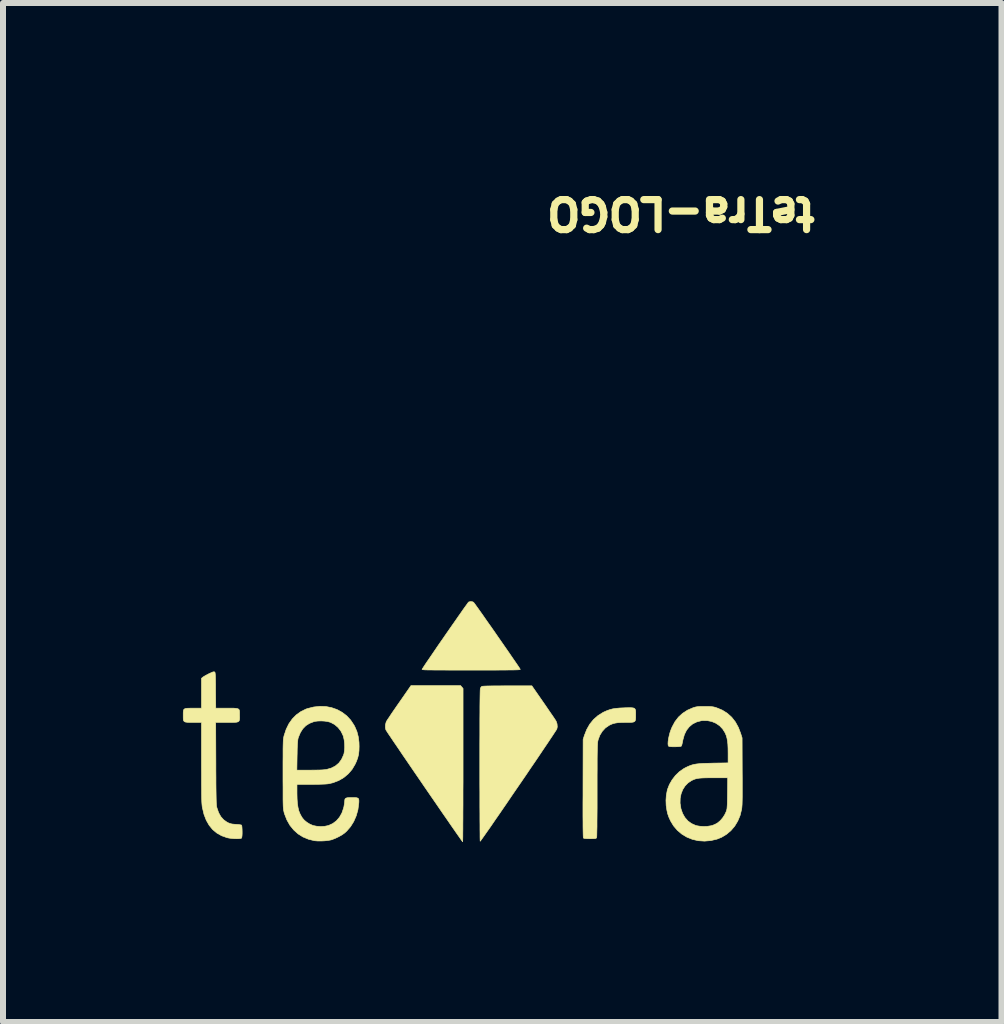
<source format=kicad_pcb>
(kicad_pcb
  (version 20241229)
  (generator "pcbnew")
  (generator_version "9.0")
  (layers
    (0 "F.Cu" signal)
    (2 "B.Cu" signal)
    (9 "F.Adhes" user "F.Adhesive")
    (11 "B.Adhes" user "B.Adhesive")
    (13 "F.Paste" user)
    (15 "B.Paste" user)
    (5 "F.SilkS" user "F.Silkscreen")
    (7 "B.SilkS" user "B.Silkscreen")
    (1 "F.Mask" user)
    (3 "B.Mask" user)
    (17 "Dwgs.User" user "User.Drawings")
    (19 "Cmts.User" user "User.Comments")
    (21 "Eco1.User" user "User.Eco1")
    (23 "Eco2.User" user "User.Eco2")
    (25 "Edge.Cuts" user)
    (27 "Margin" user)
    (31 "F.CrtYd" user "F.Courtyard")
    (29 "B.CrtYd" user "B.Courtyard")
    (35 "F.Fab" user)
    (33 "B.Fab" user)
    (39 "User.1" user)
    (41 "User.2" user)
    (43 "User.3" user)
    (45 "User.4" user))
  (footprint "teTra-LOGO"
    (layer "F.Cu")
    (at 4.802 9.003)
    (property "Reference" "teTra-LOGO" (at 3.5 -8.5 180) (unlocked yes) (layer "F.SilkS") (effects (font (size 0.5 0.5) (thickness 0.12))))
    (attr smd exclude_from_bom)
    (fp_poly (pts (xy -0.153 -0.599) (xy -0.132 -0.575) (xy -0.132 0.703) (xy -0.132 0.848) (xy -0.132 0.989) (xy -0.133 1.125) (xy -0.133 1.253) (xy -0.133 1.375) (xy -0.134 1.488) (xy -0.134 1.592) (xy -0.135 1.685) (xy -0.135 1.768) (xy -0.136 1.838) (xy -0.136 1.895) (xy -0.137 1.939) (xy -0.138 1.967) (xy -0.139 1.98) (xy -0.139 1.981) (xy -0.144 1.974) (xy -0.159 1.954) (xy -0.182 1.921) (xy -0.213 1.877) (xy -0.251 1.823) (xy -0.296 1.758) (xy -0.347 1.685) (xy -0.403 1.603) (xy -0.465 1.514) (xy -0.531 1.418) (xy -0.601 1.316) (xy -0.675 1.209) (xy -0.751 1.098) (xy -0.778 1.059) (xy -0.855 0.946) (xy -0.93 0.837) (xy -1.001 0.733) (xy -1.069 0.633) (xy -1.133 0.54) (xy -1.191 0.454) (xy -1.244 0.376) (xy -1.292 0.306) (xy -1.332 0.246) (xy -1.366 0.196) (xy -1.392 0.157) (xy -1.409 0.13) (xy -1.418 0.116) (xy -1.419 0.114) (xy -1.427 0.077) (xy -1.426 0.033) (xy -1.416 -0.008) (xy -1.411 -0.022) (xy -1.403 -0.036) (xy -1.386 -0.063) (xy -1.361 -0.099) (xy -1.331 -0.145) (xy -1.295 -0.198) (xy -1.255 -0.256) (xy -1.212 -0.318) (xy -1.197 -0.339) (xy -1 -0.623) (xy -0.173 -0.623) (xy -0.153 -0.599)) (stroke (width 0.01) (type solid)) (fill yes) (layer "F.SilkS"))
    (fp_poly (pts (xy 0.022 -2.021) (xy 0.043 -2.012) (xy 0.05 -2.003) (xy 0.066 -1.982) (xy 0.089 -1.95) (xy 0.12 -1.907) (xy 0.156 -1.856) (xy 0.198 -1.797) (xy 0.243 -1.732) (xy 0.292 -1.662) (xy 0.344 -1.589) (xy 0.397 -1.513) (xy 0.45 -1.436) (xy 0.503 -1.36) (xy 0.555 -1.285) (xy 0.605 -1.213) (xy 0.652 -1.145) (xy 0.695 -1.082) (xy 0.733 -1.027) (xy 0.766 -0.979) (xy 0.792 -0.941) (xy 0.81 -0.913) (xy 0.82 -0.897) (xy 0.821 -0.895) (xy 0.821 -0.892) (xy 0.818 -0.89) (xy 0.81 -0.889) (xy 0.798 -0.887) (xy 0.78 -0.886) (xy 0.755 -0.885) (xy 0.722 -0.884) (xy 0.681 -0.883) (xy 0.629 -0.883) (xy 0.567 -0.882) (xy 0.493 -0.882) (xy 0.407 -0.881) (xy 0.307 -0.881) (xy 0.192 -0.881) (xy 0.061 -0.881) (xy 0.003 -0.881) (xy -0.134 -0.881) (xy -0.254 -0.881) (xy -0.36 -0.881) (xy -0.452 -0.882) (xy -0.531 -0.882) (xy -0.598 -0.882) (xy -0.653 -0.883) (xy -0.699 -0.883) (xy -0.735 -0.884) (xy -0.763 -0.885) (xy -0.784 -0.886) (xy -0.799 -0.888) (xy -0.808 -0.889) (xy -0.813 -0.891) (xy -0.815 -0.893) (xy -0.815 -0.895) (xy -0.808 -0.906) (xy -0.793 -0.929) (xy -0.771 -0.963) (xy -0.741 -1.008) (xy -0.705 -1.06) (xy -0.664 -1.12) (xy -0.619 -1.186) (xy -0.571 -1.257) (xy -0.52 -1.331) (xy -0.467 -1.407) (xy -0.414 -1.484) (xy -0.361 -1.56) (xy -0.309 -1.635) (xy -0.259 -1.706) (xy -0.212 -1.774) (xy -0.169 -1.835) (xy -0.131 -1.89) (xy -0.098 -1.936) (xy -0.071 -1.973) (xy -0.052 -2) (xy -0.041 -2.014) (xy -0.039 -2.016) (xy -0.01 -2.024) (xy 0.022 -2.021)) (stroke (width 0.01) (type solid)) (fill yes) (layer "F.SilkS"))
    (fp_poly (pts (xy 1.21 -0.338) (xy 1.253 -0.276) (xy 1.293 -0.217) (xy 1.33 -0.163) (xy 1.362 -0.117) (xy 1.388 -0.078) (xy 1.407 -0.05) (xy 1.417 -0.033) (xy 1.419 -0.031) (xy 1.435 0.015) (xy 1.439 0.066) (xy 1.432 0.098) (xy 1.427 0.109) (xy 1.412 0.132) (xy 1.389 0.167) (xy 1.359 0.213) (xy 1.322 0.268) (xy 1.279 0.333) (xy 1.23 0.405) (xy 1.177 0.484) (xy 1.12 0.569) (xy 1.059 0.659) (xy 0.995 0.752) (xy 0.93 0.849) (xy 0.863 0.947) (xy 0.795 1.046) (xy 0.727 1.145) (xy 0.66 1.243) (xy 0.595 1.339) (xy 0.531 1.432) (xy 0.47 1.521) (xy 0.412 1.604) (xy 0.359 1.682) (xy 0.31 1.753) (xy 0.266 1.815) (xy 0.229 1.868) (xy 0.198 1.912) (xy 0.175 1.944) (xy 0.16 1.965) (xy 0.154 1.972) (xy 0.153 1.972) (xy 0.153 1.964) (xy 0.152 1.939) (xy 0.151 1.9) (xy 0.151 1.846) (xy 0.15 1.78) (xy 0.15 1.701) (xy 0.149 1.61) (xy 0.149 1.509) (xy 0.148 1.399) (xy 0.148 1.28) (xy 0.148 1.154) (xy 0.147 1.02) (xy 0.147 0.881) (xy 0.147 0.738) (xy 0.147 0.712) (xy 0.147 0.523) (xy 0.147 0.351) (xy 0.148 0.195) (xy 0.148 0.055) (xy 0.148 -0.07) (xy 0.149 -0.18) (xy 0.149 -0.276) (xy 0.15 -0.357) (xy 0.151 -0.425) (xy 0.152 -0.48) (xy 0.153 -0.522) (xy 0.154 -0.552) (xy 0.156 -0.57) (xy 0.156 -0.575) (xy 0.167 -0.596) (xy 0.181 -0.61) (xy 0.181 -0.61) (xy 0.193 -0.612) (xy 0.222 -0.614) (xy 0.264 -0.616) (xy 0.321 -0.617) (xy 0.391 -0.618) (xy 0.473 -0.618) (xy 0.565 -0.619) (xy 0.606 -0.619) (xy 1.015 -0.619) (xy 1.21 -0.338)) (stroke (width 0.01) (type solid)) (fill yes) (layer "F.SilkS"))
    (fp_poly (pts (xy 2.67 -0.254) (xy 2.702 -0.251) (xy 2.724 -0.244) (xy 2.737 -0.23) (xy 2.744 -0.21) (xy 2.746 -0.181) (xy 2.746 -0.142) (xy 2.746 -0.132) (xy 2.746 -0.09) (xy 2.744 -0.059) (xy 2.738 -0.037) (xy 2.726 -0.023) (xy 2.705 -0.014) (xy 2.674 -0.01) (xy 2.63 -0.009) (xy 2.579 -0.009) (xy 2.509 -0.008) (xy 2.452 -0.005) (xy 2.406 0.002) (xy 2.366 0.012) (xy 2.329 0.027) (xy 2.303 0.04) (xy 2.242 0.082) (xy 2.19 0.138) (xy 2.149 0.204) (xy 2.121 0.278) (xy 2.115 0.303) (xy 2.113 0.316) (xy 2.111 0.333) (xy 2.11 0.356) (xy 2.108 0.386) (xy 2.107 0.424) (xy 2.106 0.471) (xy 2.105 0.528) (xy 2.104 0.595) (xy 2.104 0.675) (xy 2.104 0.767) (xy 2.103 0.873) (xy 2.103 0.994) (xy 2.103 1.128) (xy 2.103 1.282) (xy 2.103 1.42) (xy 2.102 1.54) (xy 2.101 1.644) (xy 2.101 1.731) (xy 2.099 1.801) (xy 2.098 1.854) (xy 2.097 1.89) (xy 2.095 1.91) (xy 2.094 1.913) (xy 2.089 1.92) (xy 2.08 1.925) (xy 2.064 1.928) (xy 2.039 1.929) (xy 2.001 1.93) (xy 1.985 1.93) (xy 1.938 1.929) (xy 1.906 1.927) (xy 1.886 1.924) (xy 1.876 1.919) (xy 1.875 1.918) (xy 1.873 1.911) (xy 1.872 1.895) (xy 1.871 1.869) (xy 1.87 1.832) (xy 1.869 1.783) (xy 1.868 1.722) (xy 1.868 1.648) (xy 1.867 1.56) (xy 1.867 1.459) (xy 1.867 1.342) (xy 1.868 1.209) (xy 1.868 1.09) (xy 1.87 0.275) (xy 1.89 0.211) (xy 1.929 0.111) (xy 1.98 0.021) (xy 2.043 -0.057) (xy 2.118 -0.123) (xy 2.203 -0.176) (xy 2.217 -0.183) (xy 2.267 -0.205) (xy 2.315 -0.222) (xy 2.364 -0.235) (xy 2.419 -0.243) (xy 2.482 -0.249) (xy 2.558 -0.252) (xy 2.565 -0.253) (xy 2.625 -0.254) (xy 2.67 -0.254)) (stroke (width 0.01) (type solid)) (fill yes) (layer "F.SilkS"))
    (fp_poly (pts (xy -4.276 -0.851) (xy -4.274 -0.85) (xy -4.27 -0.847) (xy -4.267 -0.84) (xy -4.265 -0.829) (xy -4.263 -0.811) (xy -4.261 -0.785) (xy -4.26 -0.749) (xy -4.259 -0.702) (xy -4.258 -0.642) (xy -4.258 -0.567) (xy -4.258 -0.544) (xy -4.255 -0.246) (xy -4.07 -0.246) (xy -4.004 -0.246) (xy -3.954 -0.246) (xy -3.917 -0.243) (xy -3.89 -0.238) (xy -3.873 -0.23) (xy -3.863 -0.216) (xy -3.859 -0.196) (xy -3.858 -0.169) (xy -3.858 -0.134) (xy -3.858 -0.128) (xy -3.857 -0.091) (xy -3.858 -0.063) (xy -3.862 -0.042) (xy -3.871 -0.028) (xy -3.887 -0.018) (xy -3.912 -0.012) (xy -3.947 -0.01) (xy -3.996 -0.009) (xy -4.058 -0.009) (xy -4.07 -0.009) (xy -4.256 -0.009) (xy -4.253 0.675) (xy -4.253 0.799) (xy -4.252 0.909) (xy -4.252 1.003) (xy -4.251 1.084) (xy -4.25 1.153) (xy -4.249 1.211) (xy -4.248 1.259) (xy -4.247 1.298) (xy -4.246 1.33) (xy -4.244 1.355) (xy -4.243 1.374) (xy -4.241 1.39) (xy -4.238 1.403) (xy -4.236 1.413) (xy -4.208 1.494) (xy -4.171 1.561) (xy -4.124 1.614) (xy -4.068 1.654) (xy -4.046 1.665) (xy -4.016 1.677) (xy -3.983 1.685) (xy -3.943 1.689) (xy -3.918 1.691) (xy -3.881 1.693) (xy -3.851 1.697) (xy -3.831 1.701) (xy -3.826 1.703) (xy -3.821 1.715) (xy -3.818 1.74) (xy -3.816 1.773) (xy -3.815 1.811) (xy -3.815 1.848) (xy -3.817 1.882) (xy -3.821 1.907) (xy -3.825 1.92) (xy -3.84 1.925) (xy -3.868 1.929) (xy -3.904 1.93) (xy -3.946 1.929) (xy -3.99 1.925) (xy -4.031 1.92) (xy -4.066 1.913) (xy -4.066 1.913) (xy -4.156 1.881) (xy -4.236 1.836) (xy -4.306 1.778) (xy -4.365 1.706) (xy -4.413 1.622) (xy -4.451 1.524) (xy -4.477 1.414) (xy -4.48 1.402) (xy -4.482 1.385) (xy -4.484 1.365) (xy -4.486 1.341) (xy -4.488 1.311) (xy -4.489 1.274) (xy -4.49 1.229) (xy -4.491 1.175) (xy -4.491 1.11) (xy -4.492 1.034) (xy -4.492 0.944) (xy -4.492 0.841) (xy -4.493 0.723) (xy -4.493 0.659) (xy -4.493 -0.009) (xy -4.632 -0.009) (xy -4.689 -0.009) (xy -4.731 -0.011) (xy -4.76 -0.015) (xy -4.779 -0.023) (xy -4.791 -0.038) (xy -4.796 -0.06) (xy -4.797 -0.091) (xy -4.797 -0.128) (xy -4.797 -0.168) (xy -4.795 -0.198) (xy -4.79 -0.22) (xy -4.778 -0.233) (xy -4.758 -0.241) (xy -4.727 -0.245) (xy -4.683 -0.246) (xy -4.632 -0.246) (xy -4.493 -0.246) (xy -4.493 -0.744) (xy -4.469 -0.764) (xy -4.451 -0.776) (xy -4.422 -0.793) (xy -4.388 -0.811) (xy -4.367 -0.822) (xy -4.329 -0.839) (xy -4.303 -0.85) (xy -4.286 -0.853) (xy -4.276 -0.851)) (stroke (width 0.01) (type solid)) (fill yes) (layer "F.SilkS"))
    (fp_poly (pts (xy 3.898 -0.275) (xy 3.95 -0.275) (xy 3.989 -0.274) (xy 4.019 -0.271) (xy 4.045 -0.267) (xy 4.069 -0.261) (xy 4.097 -0.252) (xy 4.191 -0.213) (xy 4.275 -0.16) (xy 4.347 -0.095) (xy 4.408 -0.017) (xy 4.458 0.074) (xy 4.496 0.173) (xy 4.52 0.249) (xy 4.522 0.806) (xy 4.523 0.92) (xy 4.523 1.019) (xy 4.523 1.103) (xy 4.523 1.175) (xy 4.523 1.235) (xy 4.522 1.284) (xy 4.521 1.325) (xy 4.52 1.359) (xy 4.518 1.386) (xy 4.516 1.409) (xy 4.514 1.428) (xy 4.512 1.44) (xy 4.487 1.542) (xy 4.448 1.635) (xy 4.397 1.72) (xy 4.334 1.794) (xy 4.261 1.856) (xy 4.178 1.906) (xy 4.101 1.937) (xy 3.999 1.961) (xy 3.894 1.97) (xy 3.789 1.963) (xy 3.788 1.963) (xy 3.69 1.94) (xy 3.598 1.903) (xy 3.514 1.852) (xy 3.44 1.789) (xy 3.377 1.715) (xy 3.327 1.632) (xy 3.299 1.57) (xy 3.279 1.513) (xy 3.266 1.454) (xy 3.256 1.386) (xy 3.254 1.374) (xy 3.253 1.336) (xy 3.486 1.336) (xy 3.487 1.343) (xy 3.501 1.431) (xy 3.528 1.509) (xy 3.567 1.577) (xy 3.616 1.633) (xy 3.676 1.677) (xy 3.745 1.708) (xy 3.762 1.713) (xy 3.816 1.722) (xy 3.877 1.726) (xy 3.939 1.724) (xy 3.996 1.715) (xy 4.019 1.71) (xy 4.056 1.696) (xy 4.093 1.678) (xy 4.115 1.664) (xy 4.156 1.629) (xy 4.196 1.583) (xy 4.23 1.531) (xy 4.254 1.48) (xy 4.26 1.464) (xy 4.264 1.448) (xy 4.268 1.431) (xy 4.27 1.409) (xy 4.272 1.382) (xy 4.274 1.346) (xy 4.275 1.3) (xy 4.276 1.241) (xy 4.277 1.17) (xy 4.28 0.914) (xy 4.048 0.914) (xy 3.97 0.914) (xy 3.906 0.915) (xy 3.854 0.917) (xy 3.812 0.92) (xy 3.778 0.925) (xy 3.749 0.931) (xy 3.722 0.94) (xy 3.695 0.952) (xy 3.676 0.961) (xy 3.618 1) (xy 3.569 1.051) (xy 3.53 1.112) (xy 3.503 1.182) (xy 3.488 1.257) (xy 3.486 1.336) (xy 3.253 1.336) (xy 3.251 1.291) (xy 3.257 1.206) (xy 3.272 1.126) (xy 3.276 1.109) (xy 3.308 1.027) (xy 3.353 0.949) (xy 3.409 0.876) (xy 3.474 0.813) (xy 3.545 0.763) (xy 3.576 0.746) (xy 3.615 0.727) (xy 3.651 0.712) (xy 3.685 0.7) (xy 3.721 0.691) (xy 3.761 0.684) (xy 3.807 0.679) (xy 3.862 0.675) (xy 3.929 0.673) (xy 4.009 0.671) (xy 4.035 0.67) (xy 4.287 0.666) (xy 4.287 0.507) (xy 4.286 0.426) (xy 4.283 0.358) (xy 4.277 0.302) (xy 4.268 0.253) (xy 4.256 0.21) (xy 4.239 0.17) (xy 4.237 0.165) (xy 4.197 0.101) (xy 4.146 0.047) (xy 4.084 0.005) (xy 4.015 -0.024) (xy 3.941 -0.039) (xy 3.863 -0.04) (xy 3.839 -0.037) (xy 3.763 -0.017) (xy 3.696 0.016) (xy 3.64 0.063) (xy 3.593 0.122) (xy 3.558 0.194) (xy 3.534 0.279) (xy 3.53 0.299) (xy 3.523 0.334) (xy 3.516 0.363) (xy 3.509 0.382) (xy 3.507 0.386) (xy 3.495 0.391) (xy 3.47 0.394) (xy 3.437 0.396) (xy 3.4 0.397) (xy 3.363 0.397) (xy 3.33 0.395) (xy 3.306 0.392) (xy 3.297 0.389) (xy 3.288 0.374) (xy 3.285 0.347) (xy 3.287 0.309) (xy 3.293 0.264) (xy 3.304 0.214) (xy 3.317 0.163) (xy 3.334 0.114) (xy 3.352 0.07) (xy 3.401 -0.021) (xy 3.46 -0.098) (xy 3.529 -0.161) (xy 3.609 -0.213) (xy 3.699 -0.252) (xy 3.726 -0.261) (xy 3.75 -0.267) (xy 3.774 -0.271) (xy 3.802 -0.274) (xy 3.838 -0.275) (xy 3.886 -0.275) (xy 3.898 -0.275)) (stroke (width 0.01) (type solid)) (fill yes) (layer "F.SilkS"))
    (fp_poly (pts (xy -2.419 -0.274) (xy -2.323 -0.255) (xy -2.232 -0.223) (xy -2.148 -0.177) (xy -2.072 -0.119) (xy -2.006 -0.048) (xy -1.951 0.035) (xy -1.936 0.063) (xy -1.901 0.145) (xy -1.879 0.23) (xy -1.867 0.322) (xy -1.865 0.389) (xy -1.867 0.462) (xy -1.874 0.524) (xy -1.888 0.581) (xy -1.909 0.639) (xy -1.933 0.691) (xy -1.983 0.775) (xy -2.046 0.848) (xy -2.12 0.91) (xy -2.205 0.96) (xy -2.299 0.996) (xy -2.365 1.012) (xy -2.393 1.016) (xy -2.431 1.019) (xy -2.48 1.021) (xy -2.542 1.023) (xy -2.617 1.024) (xy -2.665 1.024) (xy -2.901 1.024) (xy -2.901 1.174) (xy -2.899 1.265) (xy -2.894 1.341) (xy -2.884 1.406) (xy -2.871 1.463) (xy -2.851 1.513) (xy -2.826 1.56) (xy -2.809 1.586) (xy -2.778 1.622) (xy -2.735 1.657) (xy -2.686 1.687) (xy -2.637 1.708) (xy -2.632 1.71) (xy -2.572 1.722) (xy -2.505 1.727) (xy -2.439 1.723) (xy -2.381 1.711) (xy -2.374 1.709) (xy -2.304 1.677) (xy -2.243 1.631) (xy -2.192 1.572) (xy -2.152 1.502) (xy -2.124 1.42) (xy -2.118 1.395) (xy -2.112 1.359) (xy -2.107 1.326) (xy -2.105 1.302) (xy -2.105 1.3) (xy -2.103 1.278) (xy -2.096 1.262) (xy -2.081 1.252) (xy -2.056 1.246) (xy -2.018 1.244) (xy -1.987 1.244) (xy -1.939 1.244) (xy -1.906 1.247) (xy -1.885 1.254) (xy -1.873 1.267) (xy -1.869 1.288) (xy -1.869 1.319) (xy -1.871 1.342) (xy -1.885 1.449) (xy -1.914 1.55) (xy -1.955 1.644) (xy -2.008 1.729) (xy -2.071 1.802) (xy -2.106 1.834) (xy -2.151 1.866) (xy -2.206 1.897) (xy -2.265 1.925) (xy -2.32 1.946) (xy -2.338 1.951) (xy -2.382 1.959) (xy -2.436 1.965) (xy -2.495 1.968) (xy -2.552 1.968) (xy -2.6 1.964) (xy -2.609 1.963) (xy -2.708 1.939) (xy -2.8 1.901) (xy -2.883 1.849) (xy -2.955 1.784) (xy -3.018 1.707) (xy -3.069 1.617) (xy -3.108 1.517) (xy -3.115 1.494) (xy -3.118 1.48) (xy -3.121 1.467) (xy -3.124 1.453) (xy -3.126 1.437) (xy -3.128 1.417) (xy -3.13 1.392) (xy -3.131 1.361) (xy -3.132 1.323) (xy -3.133 1.276) (xy -3.133 1.218) (xy -3.133 1.149) (xy -3.133 1.067) (xy -3.134 0.971) (xy -3.134 0.86) (xy -3.134 0.854) (xy -3.134 0.787) (xy -2.903 0.787) (xy -2.687 0.787) (xy -2.603 0.786) (xy -2.535 0.785) (xy -2.481 0.783) (xy -2.438 0.779) (xy -2.407 0.775) (xy -2.328 0.752) (xy -2.26 0.717) (xy -2.203 0.669) (xy -2.158 0.608) (xy -2.125 0.536) (xy -2.117 0.512) (xy -2.109 0.464) (xy -2.105 0.406) (xy -2.107 0.344) (xy -2.114 0.283) (xy -2.126 0.229) (xy -2.132 0.21) (xy -2.167 0.138) (xy -2.215 0.076) (xy -2.273 0.026) (xy -2.341 -0.01) (xy -2.344 -0.011) (xy -2.387 -0.023) (xy -2.441 -0.031) (xy -2.498 -0.034) (xy -2.555 -0.032) (xy -2.603 -0.026) (xy -2.618 -0.022) (xy -2.691 0.006) (xy -2.753 0.045) (xy -2.803 0.096) (xy -2.844 0.16) (xy -2.876 0.237) (xy -2.882 0.256) (xy -2.886 0.275) (xy -2.889 0.302) (xy -2.892 0.338) (xy -2.895 0.385) (xy -2.897 0.444) (xy -2.898 0.519) (xy -2.899 0.543) (xy -2.903 0.787) (xy -3.134 0.787) (xy -3.134 0.742) (xy -3.134 0.645) (xy -3.133 0.563) (xy -3.133 0.493) (xy -3.133 0.435) (xy -3.132 0.387) (xy -3.131 0.348) (xy -3.13 0.316) (xy -3.129 0.291) (xy -3.127 0.27) (xy -3.124 0.253) (xy -3.122 0.238) (xy -3.119 0.224) (xy -3.115 0.209) (xy -3.115 0.209) (xy -3.081 0.106) (xy -3.036 0.014) (xy -2.979 -0.067) (xy -2.912 -0.135) (xy -2.835 -0.19) (xy -2.749 -0.232) (xy -2.726 -0.24) (xy -2.622 -0.266) (xy -2.519 -0.277) (xy -2.419 -0.274)) (stroke (width 0.01) (type solid)) (fill yes) (layer "F.SilkS")))
  (gr_rect
    (start -3 -3)
    (end 13.647 13.989)
    (stroke (width 0.1) (type default))
    (fill no)
    (layer "Edge.Cuts")))
</source>
